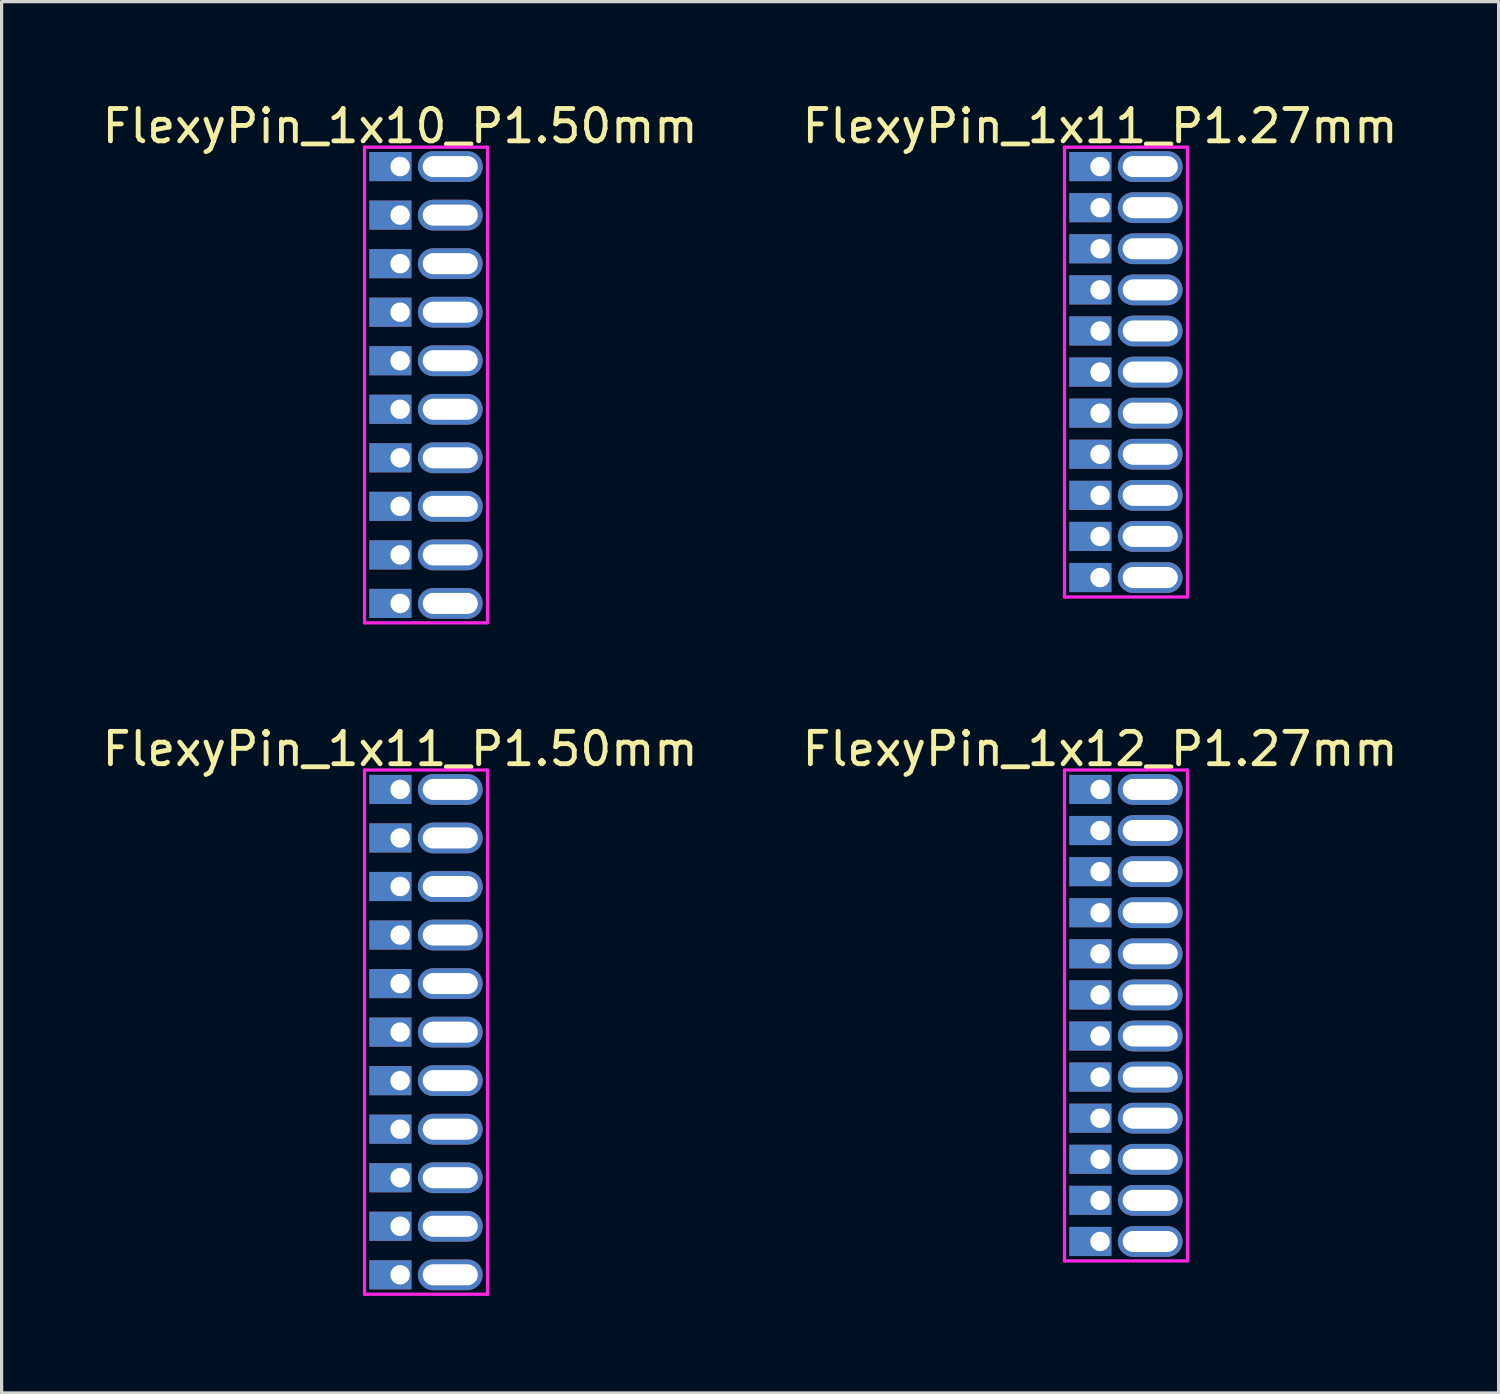
<source format=kicad_pcb>
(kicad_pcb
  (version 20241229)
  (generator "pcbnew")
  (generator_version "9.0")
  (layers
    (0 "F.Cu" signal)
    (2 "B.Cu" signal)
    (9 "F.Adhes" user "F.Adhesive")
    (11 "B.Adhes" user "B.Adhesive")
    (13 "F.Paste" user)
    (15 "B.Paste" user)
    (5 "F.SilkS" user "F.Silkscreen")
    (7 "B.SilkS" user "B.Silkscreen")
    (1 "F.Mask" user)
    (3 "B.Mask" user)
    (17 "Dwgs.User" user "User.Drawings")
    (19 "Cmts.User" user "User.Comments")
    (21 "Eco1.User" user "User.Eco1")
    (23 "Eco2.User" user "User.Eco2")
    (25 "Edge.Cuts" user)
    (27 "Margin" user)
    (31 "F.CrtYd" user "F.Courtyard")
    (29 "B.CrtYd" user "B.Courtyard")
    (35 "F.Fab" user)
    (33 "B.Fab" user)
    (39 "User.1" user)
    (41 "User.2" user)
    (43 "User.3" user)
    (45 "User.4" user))
  (footprint "FlexyPin_1x11_P1.27mm"
    (layer "F.Cu")
    (at 30.946 2.098)
    (property "Reference" "FlexyPin_1x11_P1.27mm" (at 0 -1.25 0) (layer "F.SilkS") (effects (font (size 1 1) (thickness 0.15))))
    (attr through_hole)
    (fp_line (start -1.1 -0.6) (end 2.7 -0.6) (stroke (width 0.1) (type solid)) (layer "F.CrtYd"))
    (fp_line (start -1.1 13.3) (end -1.1 -0.6) (stroke (width 0.1) (type solid)) (layer "F.CrtYd"))
    (fp_line (start 2.7 -0.6) (end 2.7 13.3) (stroke (width 0.1) (type solid)) (layer "F.CrtYd"))
    (fp_line (start 2.7 13.3) (end -1.1 13.3) (stroke (width 0.1) (type solid)) (layer "F.CrtYd"))
    (pad "" thru_hole oval (at 1.55 0) (size 2 0.95) (drill oval 1.7 0.65) (layers "*.Cu" "*.Mask"))
    (pad "" thru_hole oval (at 1.55 1.27) (size 2 0.95) (drill oval 1.7 0.65) (layers "*.Cu" "*.Mask"))
    (pad "" thru_hole oval (at 1.55 2.54) (size 2 0.95) (drill oval 1.7 0.65) (layers "*.Cu" "*.Mask"))
    (pad "" thru_hole oval (at 1.55 3.81) (size 2 0.95) (drill oval 1.7 0.65) (layers "*.Cu" "*.Mask"))
    (pad "" thru_hole oval (at 1.55 5.08) (size 2 0.95) (drill oval 1.7 0.65) (layers "*.Cu" "*.Mask"))
    (pad "" thru_hole oval (at 1.55 6.35) (size 2 0.95) (drill oval 1.7 0.65) (layers "*.Cu" "*.Mask"))
    (pad "" thru_hole oval (at 1.55 7.62) (size 2 0.95) (drill oval 1.7 0.65) (layers "*.Cu" "*.Mask"))
    (pad "" thru_hole oval (at 1.55 8.89) (size 2 0.95) (drill oval 1.7 0.65) (layers "*.Cu" "*.Mask"))
    (pad "" thru_hole oval (at 1.55 10.16) (size 2 0.95) (drill oval 1.7 0.65) (layers "*.Cu" "*.Mask"))
    (pad "" thru_hole oval (at 1.55 11.43) (size 2 0.95) (drill oval 1.7 0.65) (layers "*.Cu" "*.Mask"))
    (pad "" thru_hole oval (at 1.55 12.7) (size 2 0.95) (drill oval 1.7 0.65) (layers "*.Cu" "*.Mask"))
    (pad "1" thru_hole rect (at 0 0) (size 1.3 0.9) (drill 0.6 (offset -0.3 0)) (layers "*.Cu" "*.Mask"))
    (pad "2" thru_hole rect (at 0 1.27) (size 1.3 0.9) (drill 0.6 (offset -0.3 0)) (layers "*.Cu" "*.Mask"))
    (pad "3" thru_hole rect (at 0 2.54) (size 1.3 0.9) (drill 0.6 (offset -0.3 0)) (layers "*.Cu" "*.Mask"))
    (pad "4" thru_hole rect (at 0 3.81) (size 1.3 0.9) (drill 0.6 (offset -0.3 0)) (layers "*.Cu" "*.Mask"))
    (pad "5" thru_hole rect (at 0 5.08) (size 1.3 0.9) (drill 0.6 (offset -0.3 0)) (layers "*.Cu" "*.Mask"))
    (pad "6" thru_hole rect (at 0 6.35) (size 1.3 0.9) (drill 0.6 (offset -0.3 0)) (layers "*.Cu" "*.Mask"))
    (pad "7" thru_hole rect (at 0 7.62) (size 1.3 0.9) (drill 0.6 (offset -0.3 0)) (layers "*.Cu" "*.Mask"))
    (pad "8" thru_hole rect (at 0 8.89) (size 1.3 0.9) (drill 0.6 (offset -0.3 0)) (layers "*.Cu" "*.Mask"))
    (pad "9" thru_hole rect (at 0 10.16) (size 1.3 0.9) (drill 0.6 (offset -0.3 0)) (layers "*.Cu" "*.Mask"))
    (pad "10" thru_hole rect (at 0 11.43) (size 1.3 0.9) (drill 0.6 (offset -0.3 0)) (layers "*.Cu" "*.Mask"))
    (pad "11" thru_hole rect (at 0 12.7) (size 1.3 0.9) (drill 0.6 (offset -0.3 0)) (layers "*.Cu" "*.Mask")))
  (footprint "FlexyPin_1x12_P1.27mm"
    (layer "F.Cu")
    (at 30.946 21.346)
    (property "Reference" "FlexyPin_1x12_P1.27mm" (at 0 -1.25 0) (layer "F.SilkS") (effects (font (size 1 1) (thickness 0.15))))
    (attr through_hole)
    (fp_line (start -1.1 -0.6) (end 2.7 -0.6) (stroke (width 0.1) (type solid)) (layer "F.CrtYd"))
    (fp_line (start -1.1 14.57) (end -1.1 -0.6) (stroke (width 0.1) (type solid)) (layer "F.CrtYd"))
    (fp_line (start 2.7 -0.6) (end 2.7 14.57) (stroke (width 0.1) (type solid)) (layer "F.CrtYd"))
    (fp_line (start 2.7 14.57) (end -1.1 14.57) (stroke (width 0.1) (type solid)) (layer "F.CrtYd"))
    (pad "" thru_hole oval (at 1.55 0) (size 2 0.95) (drill oval 1.7 0.65) (layers "*.Cu" "*.Mask"))
    (pad "" thru_hole oval (at 1.55 1.27) (size 2 0.95) (drill oval 1.7 0.65) (layers "*.Cu" "*.Mask"))
    (pad "" thru_hole oval (at 1.55 2.54) (size 2 0.95) (drill oval 1.7 0.65) (layers "*.Cu" "*.Mask"))
    (pad "" thru_hole oval (at 1.55 3.81) (size 2 0.95) (drill oval 1.7 0.65) (layers "*.Cu" "*.Mask"))
    (pad "" thru_hole oval (at 1.55 5.08) (size 2 0.95) (drill oval 1.7 0.65) (layers "*.Cu" "*.Mask"))
    (pad "" thru_hole oval (at 1.55 6.35) (size 2 0.95) (drill oval 1.7 0.65) (layers "*.Cu" "*.Mask"))
    (pad "" thru_hole oval (at 1.55 7.62) (size 2 0.95) (drill oval 1.7 0.65) (layers "*.Cu" "*.Mask"))
    (pad "" thru_hole oval (at 1.55 8.89) (size 2 0.95) (drill oval 1.7 0.65) (layers "*.Cu" "*.Mask"))
    (pad "" thru_hole oval (at 1.55 10.16) (size 2 0.95) (drill oval 1.7 0.65) (layers "*.Cu" "*.Mask"))
    (pad "" thru_hole oval (at 1.55 11.43) (size 2 0.95) (drill oval 1.7 0.65) (layers "*.Cu" "*.Mask"))
    (pad "" thru_hole oval (at 1.55 12.7) (size 2 0.95) (drill oval 1.7 0.65) (layers "*.Cu" "*.Mask"))
    (pad "" thru_hole oval (at 1.55 13.97) (size 2 0.95) (drill oval 1.7 0.65) (layers "*.Cu" "*.Mask"))
    (pad "1" thru_hole rect (at 0 0) (size 1.3 0.9) (drill 0.6 (offset -0.3 0)) (layers "*.Cu" "*.Mask"))
    (pad "2" thru_hole rect (at 0 1.27) (size 1.3 0.9) (drill 0.6 (offset -0.3 0)) (layers "*.Cu" "*.Mask"))
    (pad "3" thru_hole rect (at 0 2.54) (size 1.3 0.9) (drill 0.6 (offset -0.3 0)) (layers "*.Cu" "*.Mask"))
    (pad "4" thru_hole rect (at 0 3.81) (size 1.3 0.9) (drill 0.6 (offset -0.3 0)) (layers "*.Cu" "*.Mask"))
    (pad "5" thru_hole rect (at 0 5.08) (size 1.3 0.9) (drill 0.6 (offset -0.3 0)) (layers "*.Cu" "*.Mask"))
    (pad "6" thru_hole rect (at 0 6.35) (size 1.3 0.9) (drill 0.6 (offset -0.3 0)) (layers "*.Cu" "*.Mask"))
    (pad "7" thru_hole rect (at 0 7.62) (size 1.3 0.9) (drill 0.6 (offset -0.3 0)) (layers "*.Cu" "*.Mask"))
    (pad "8" thru_hole rect (at 0 8.89) (size 1.3 0.9) (drill 0.6 (offset -0.3 0)) (layers "*.Cu" "*.Mask"))
    (pad "9" thru_hole rect (at 0 10.16) (size 1.3 0.9) (drill 0.6 (offset -0.3 0)) (layers "*.Cu" "*.Mask"))
    (pad "10" thru_hole rect (at 0 11.43) (size 1.3 0.9) (drill 0.6 (offset -0.3 0)) (layers "*.Cu" "*.Mask"))
    (pad "11" thru_hole rect (at 0 12.7) (size 1.3 0.9) (drill 0.6 (offset -0.3 0)) (layers "*.Cu" "*.Mask"))
    (pad "12" thru_hole rect (at 0 13.97) (size 1.3 0.9) (drill 0.6 (offset -0.3 0)) (layers "*.Cu" "*.Mask")))
  (footprint "FlexyPin_1x10_P1.50mm"
    (layer "F.Cu")
    (at 9.315 2.098)
    (property "Reference" "FlexyPin_1x10_P1.50mm" (at 0 -1.25 0) (layer "F.SilkS") (effects (font (size 1 1) (thickness 0.15))))
    (attr through_hole)
    (fp_line (start -1.1 -0.6) (end 2.7 -0.6) (stroke (width 0.1) (type solid)) (layer "F.CrtYd"))
    (fp_line (start -1.1 14.1) (end -1.1 -0.6) (stroke (width 0.1) (type solid)) (layer "F.CrtYd"))
    (fp_line (start 2.7 -0.6) (end 2.7 14.1) (stroke (width 0.1) (type solid)) (layer "F.CrtYd"))
    (fp_line (start 2.7 14.1) (end -1.1 14.1) (stroke (width 0.1) (type solid)) (layer "F.CrtYd"))
    (pad "" thru_hole oval (at 1.55 0) (size 2 0.95) (drill oval 1.7 0.65) (layers "*.Cu" "*.Mask"))
    (pad "" thru_hole oval (at 1.55 1.5) (size 2 0.95) (drill oval 1.7 0.65) (layers "*.Cu" "*.Mask"))
    (pad "" thru_hole oval (at 1.55 3) (size 2 0.95) (drill oval 1.7 0.65) (layers "*.Cu" "*.Mask"))
    (pad "" thru_hole oval (at 1.55 4.5) (size 2 0.95) (drill oval 1.7 0.65) (layers "*.Cu" "*.Mask"))
    (pad "" thru_hole oval (at 1.55 6) (size 2 0.95) (drill oval 1.7 0.65) (layers "*.Cu" "*.Mask"))
    (pad "" thru_hole oval (at 1.55 7.5) (size 2 0.95) (drill oval 1.7 0.65) (layers "*.Cu" "*.Mask"))
    (pad "" thru_hole oval (at 1.55 9) (size 2 0.95) (drill oval 1.7 0.65) (layers "*.Cu" "*.Mask"))
    (pad "" thru_hole oval (at 1.55 10.5) (size 2 0.95) (drill oval 1.7 0.65) (layers "*.Cu" "*.Mask"))
    (pad "" thru_hole oval (at 1.55 12) (size 2 0.95) (drill oval 1.7 0.65) (layers "*.Cu" "*.Mask"))
    (pad "" thru_hole oval (at 1.55 13.5) (size 2 0.95) (drill oval 1.7 0.65) (layers "*.Cu" "*.Mask"))
    (pad "1" thru_hole rect (at 0 0) (size 1.3 0.9) (drill 0.6 (offset -0.3 0)) (layers "*.Cu" "*.Mask"))
    (pad "2" thru_hole rect (at 0 1.5) (size 1.3 0.9) (drill 0.6 (offset -0.3 0)) (layers "*.Cu" "*.Mask"))
    (pad "3" thru_hole rect (at 0 3) (size 1.3 0.9) (drill 0.6 (offset -0.3 0)) (layers "*.Cu" "*.Mask"))
    (pad "4" thru_hole rect (at 0 4.5) (size 1.3 0.9) (drill 0.6 (offset -0.3 0)) (layers "*.Cu" "*.Mask"))
    (pad "5" thru_hole rect (at 0 6) (size 1.3 0.9) (drill 0.6 (offset -0.3 0)) (layers "*.Cu" "*.Mask"))
    (pad "6" thru_hole rect (at 0 7.5) (size 1.3 0.9) (drill 0.6 (offset -0.3 0)) (layers "*.Cu" "*.Mask"))
    (pad "7" thru_hole rect (at 0 9) (size 1.3 0.9) (drill 0.6 (offset -0.3 0)) (layers "*.Cu" "*.Mask"))
    (pad "8" thru_hole rect (at 0 10.5) (size 1.3 0.9) (drill 0.6 (offset -0.3 0)) (layers "*.Cu" "*.Mask"))
    (pad "9" thru_hole rect (at 0 12) (size 1.3 0.9) (drill 0.6 (offset -0.3 0)) (layers "*.Cu" "*.Mask"))
    (pad "10" thru_hole rect (at 0 13.5) (size 1.3 0.9) (drill 0.6 (offset -0.3 0)) (layers "*.Cu" "*.Mask")))
  (footprint "FlexyPin_1x11_P1.50mm"
    (layer "F.Cu")
    (at 9.315 21.346)
    (property "Reference" "FlexyPin_1x11_P1.50mm" (at 0 -1.25 0) (layer "F.SilkS") (effects (font (size 1 1) (thickness 0.15))))
    (attr through_hole)
    (fp_line (start -1.1 -0.6) (end 2.7 -0.6) (stroke (width 0.1) (type solid)) (layer "F.CrtYd"))
    (fp_line (start -1.1 15.6) (end -1.1 -0.6) (stroke (width 0.1) (type solid)) (layer "F.CrtYd"))
    (fp_line (start 2.7 -0.6) (end 2.7 15.6) (stroke (width 0.1) (type solid)) (layer "F.CrtYd"))
    (fp_line (start 2.7 15.6) (end -1.1 15.6) (stroke (width 0.1) (type solid)) (layer "F.CrtYd"))
    (pad "" thru_hole oval (at 1.55 0) (size 2 0.95) (drill oval 1.7 0.65) (layers "*.Cu" "*.Mask"))
    (pad "" thru_hole oval (at 1.55 1.5) (size 2 0.95) (drill oval 1.7 0.65) (layers "*.Cu" "*.Mask"))
    (pad "" thru_hole oval (at 1.55 3) (size 2 0.95) (drill oval 1.7 0.65) (layers "*.Cu" "*.Mask"))
    (pad "" thru_hole oval (at 1.55 4.5) (size 2 0.95) (drill oval 1.7 0.65) (layers "*.Cu" "*.Mask"))
    (pad "" thru_hole oval (at 1.55 6) (size 2 0.95) (drill oval 1.7 0.65) (layers "*.Cu" "*.Mask"))
    (pad "" thru_hole oval (at 1.55 7.5) (size 2 0.95) (drill oval 1.7 0.65) (layers "*.Cu" "*.Mask"))
    (pad "" thru_hole oval (at 1.55 9) (size 2 0.95) (drill oval 1.7 0.65) (layers "*.Cu" "*.Mask"))
    (pad "" thru_hole oval (at 1.55 10.5) (size 2 0.95) (drill oval 1.7 0.65) (layers "*.Cu" "*.Mask"))
    (pad "" thru_hole oval (at 1.55 12) (size 2 0.95) (drill oval 1.7 0.65) (layers "*.Cu" "*.Mask"))
    (pad "" thru_hole oval (at 1.55 13.5) (size 2 0.95) (drill oval 1.7 0.65) (layers "*.Cu" "*.Mask"))
    (pad "" thru_hole oval (at 1.55 15) (size 2 0.95) (drill oval 1.7 0.65) (layers "*.Cu" "*.Mask"))
    (pad "1" thru_hole rect (at 0 0) (size 1.3 0.9) (drill 0.6 (offset -0.3 0)) (layers "*.Cu" "*.Mask"))
    (pad "2" thru_hole rect (at 0 1.5) (size 1.3 0.9) (drill 0.6 (offset -0.3 0)) (layers "*.Cu" "*.Mask"))
    (pad "3" thru_hole rect (at 0 3) (size 1.3 0.9) (drill 0.6 (offset -0.3 0)) (layers "*.Cu" "*.Mask"))
    (pad "4" thru_hole rect (at 0 4.5) (size 1.3 0.9) (drill 0.6 (offset -0.3 0)) (layers "*.Cu" "*.Mask"))
    (pad "5" thru_hole rect (at 0 6) (size 1.3 0.9) (drill 0.6 (offset -0.3 0)) (layers "*.Cu" "*.Mask"))
    (pad "6" thru_hole rect (at 0 7.5) (size 1.3 0.9) (drill 0.6 (offset -0.3 0)) (layers "*.Cu" "*.Mask"))
    (pad "7" thru_hole rect (at 0 9) (size 1.3 0.9) (drill 0.6 (offset -0.3 0)) (layers "*.Cu" "*.Mask"))
    (pad "8" thru_hole rect (at 0 10.5) (size 1.3 0.9) (drill 0.6 (offset -0.3 0)) (layers "*.Cu" "*.Mask"))
    (pad "9" thru_hole rect (at 0 12) (size 1.3 0.9) (drill 0.6 (offset -0.3 0)) (layers "*.Cu" "*.Mask"))
    (pad "10" thru_hole rect (at 0 13.5) (size 1.3 0.9) (drill 0.6 (offset -0.3 0)) (layers "*.Cu" "*.Mask"))
    (pad "11" thru_hole rect (at 0 15) (size 1.3 0.9) (drill 0.6 (offset -0.3 0)) (layers "*.Cu" "*.Mask")))
  (gr_rect
    (start -3 -3)
    (end 43.262 39.996)
    (stroke (width 0.1) (type default))
    (fill no)
    (layer "Edge.Cuts")))
</source>
